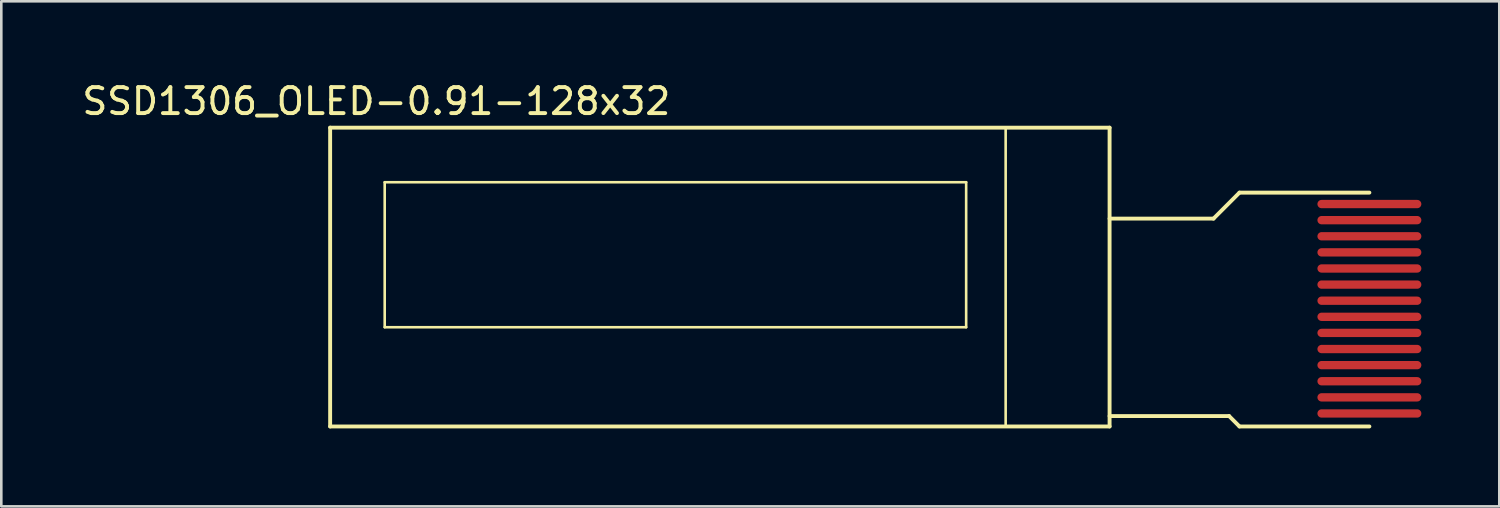
<source format=kicad_pcb>
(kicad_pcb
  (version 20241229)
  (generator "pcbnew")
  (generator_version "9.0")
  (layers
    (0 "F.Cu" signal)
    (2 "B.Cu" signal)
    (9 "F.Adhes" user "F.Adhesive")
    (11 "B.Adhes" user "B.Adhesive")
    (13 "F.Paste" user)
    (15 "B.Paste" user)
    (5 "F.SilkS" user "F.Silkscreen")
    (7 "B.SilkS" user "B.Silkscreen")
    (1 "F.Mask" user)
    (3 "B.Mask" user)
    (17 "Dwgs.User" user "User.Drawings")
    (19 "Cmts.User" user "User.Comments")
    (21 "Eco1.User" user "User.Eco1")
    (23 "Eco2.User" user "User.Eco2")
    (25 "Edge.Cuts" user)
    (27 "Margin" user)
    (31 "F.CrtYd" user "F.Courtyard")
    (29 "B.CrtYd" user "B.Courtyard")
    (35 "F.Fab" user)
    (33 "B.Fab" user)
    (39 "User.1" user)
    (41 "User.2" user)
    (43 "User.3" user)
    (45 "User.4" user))
  (footprint "SSD1306_OLED-0.91-128x32"
    (layer "F.Cu")
    (at 9.657 1.864)
    (property "Reference" "SSD1306_OLED-0.91-128x32" (at 1.778 -1.016 0) (layer "F.SilkS") (effects (font (size 1 1) (thickness 0.15))))
    (attr through_hole)
    (fp_line (start 0 0) (end 30 0) (stroke (width 0.15) (type solid)) (layer "F.SilkS"))
    (fp_line (start 0 11.5) (end 0 0) (stroke (width 0.15) (type solid)) (layer "F.SilkS"))
    (fp_line (start 0 11.5) (end 30 11.5) (stroke (width 0.15) (type solid)) (layer "F.SilkS"))
    (fp_line (start 2.1 2.1) (end 2.1 7.68) (stroke (width 0.1) (type solid)) (layer "F.SilkS"))
    (fp_line (start 2.1 2.1) (end 24.48 2.1) (stroke (width 0.1) (type solid)) (layer "F.SilkS"))
    (fp_line (start 2.1 7.68) (end 24.48 7.68) (stroke (width 0.1) (type solid)) (layer "F.SilkS"))
    (fp_line (start 24.48 2.1) (end 24.48 7.68) (stroke (width 0.1) (type solid)) (layer "F.SilkS"))
    (fp_line (start 26 0) (end 26 11.5) (stroke (width 0.1) (type solid)) (layer "F.SilkS"))
    (fp_line (start 30 0) (end 30 11.5) (stroke (width 0.15) (type solid)) (layer "F.SilkS"))
    (fp_line (start 34 3.5) (end 30 3.5) (stroke (width 0.15) (type solid)) (layer "F.SilkS"))
    (fp_line (start 34.6 11.1) (end 30 11.1) (stroke (width 0.15) (type solid)) (layer "F.SilkS"))
    (fp_line (start 35 2.5) (end 34 3.5) (stroke (width 0.15) (type solid)) (layer "F.SilkS"))
    (fp_line (start 35 11.5) (end 34.6 11.1) (stroke (width 0.15) (type solid)) (layer "F.SilkS"))
    (fp_line (start 40 2.5) (end 35 2.5) (stroke (width 0.15) (type solid)) (layer "F.SilkS"))
    (fp_line (start 40 11.5) (end 35 11.5) (stroke (width 0.15) (type solid)) (layer "F.SilkS"))
    (pad "1" smd oval (at 40 11) (size 4 0.32) (layers "F.Cu" "F.Mask" "F.Paste"))
    (pad "2" smd oval (at 40 10.38) (size 4 0.32) (layers "F.Cu" "F.Mask" "F.Paste"))
    (pad "3" smd oval (at 40 9.76) (size 4 0.32) (layers "F.Cu" "F.Mask" "F.Paste"))
    (pad "4" smd oval (at 40 9.14) (size 4 0.32) (layers "F.Cu" "F.Mask" "F.Paste"))
    (pad "5" smd oval (at 40 8.52) (size 4 0.32) (layers "F.Cu" "F.Mask" "F.Paste"))
    (pad "6" smd oval (at 40 7.9) (size 4 0.32) (layers "F.Cu" "F.Mask" "F.Paste"))
    (pad "7" smd oval (at 40 7.28) (size 4 0.32) (layers "F.Cu" "F.Mask" "F.Paste"))
    (pad "8" smd oval (at 40 6.66) (size 4 0.32) (layers "F.Cu" "F.Mask" "F.Paste"))
    (pad "9" smd oval (at 40 6.04) (size 4 0.32) (layers "F.Cu" "F.Mask" "F.Paste"))
    (pad "10" smd oval (at 40 5.42) (size 4 0.32) (layers "F.Cu" "F.Mask" "F.Paste"))
    (pad "11" smd oval (at 40 4.8) (size 4 0.32) (layers "F.Cu" "F.Mask" "F.Paste"))
    (pad "12" smd oval (at 40 4.18) (size 4 0.32) (layers "F.Cu" "F.Mask" "F.Paste"))
    (pad "13" smd oval (at 40 3.56) (size 4 0.32) (layers "F.Cu" "F.Mask" "F.Paste"))
    (pad "14" smd oval (at 40 2.94) (size 4 0.32) (layers "F.Cu" "F.Mask" "F.Paste")))
  (gr_rect
    (start -3 -3)
    (end 54.657 16.439)
    (stroke (width 0.1) (type default))
    (fill no)
    (layer "Edge.Cuts")))
</source>
